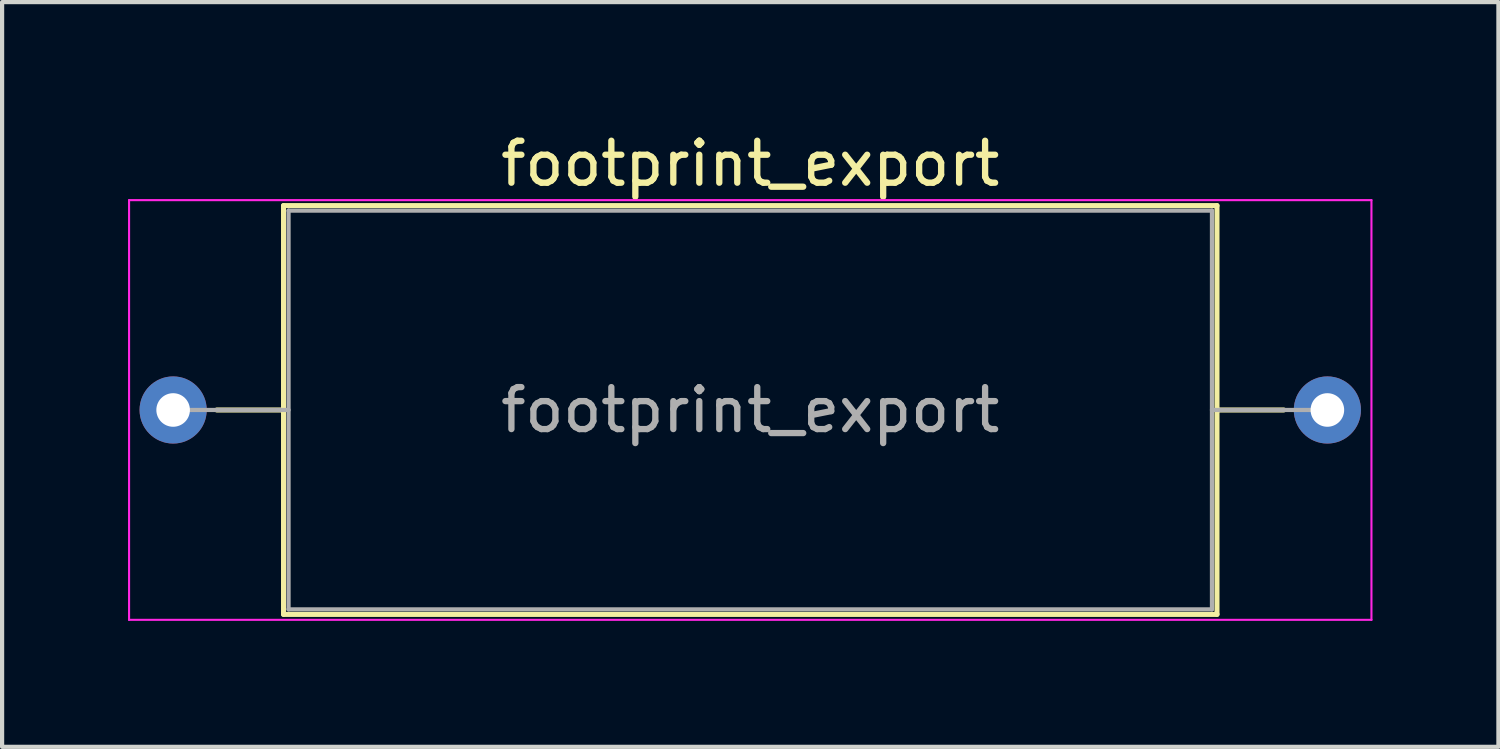
<source format=kicad_pcb>
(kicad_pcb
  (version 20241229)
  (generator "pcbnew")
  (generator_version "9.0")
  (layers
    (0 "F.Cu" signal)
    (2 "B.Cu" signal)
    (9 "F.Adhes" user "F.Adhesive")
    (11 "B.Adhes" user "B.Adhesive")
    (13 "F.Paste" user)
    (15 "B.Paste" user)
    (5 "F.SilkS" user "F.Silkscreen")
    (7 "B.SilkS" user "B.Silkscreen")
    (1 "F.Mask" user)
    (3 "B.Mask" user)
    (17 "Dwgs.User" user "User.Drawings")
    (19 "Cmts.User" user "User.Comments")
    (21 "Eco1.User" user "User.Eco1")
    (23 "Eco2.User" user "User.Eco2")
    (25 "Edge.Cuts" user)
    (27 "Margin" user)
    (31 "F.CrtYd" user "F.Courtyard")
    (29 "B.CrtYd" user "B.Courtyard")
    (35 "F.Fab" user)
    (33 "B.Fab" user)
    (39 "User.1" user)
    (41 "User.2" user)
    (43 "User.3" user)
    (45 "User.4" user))
  (footprint "footprint_export"
    (layer "F.Cu")
    (at 1.075 6.718)
    (property "Reference" "footprint_export" (at 13.75 -5.87 0) (layer "F.SilkS") (effects (font (size 1 1) (thickness 0.15))))
    (attr through_hole)
    (fp_line (start 1.04 0) (end 2.63 0) (stroke (width 0.12) (type solid)) (layer "F.SilkS"))
    (fp_line (start 2.63 -4.87) (end 2.63 4.87) (stroke (width 0.12) (type solid)) (layer "F.SilkS"))
    (fp_line (start 2.63 4.87) (end 24.87 4.87) (stroke (width 0.12) (type solid)) (layer "F.SilkS"))
    (fp_line (start 24.87 -4.87) (end 2.63 -4.87) (stroke (width 0.12) (type solid)) (layer "F.SilkS"))
    (fp_line (start 24.87 4.87) (end 24.87 -4.87) (stroke (width 0.12) (type solid)) (layer "F.SilkS"))
    (fp_line (start 26.46 0) (end 24.87 0) (stroke (width 0.12) (type solid)) (layer "F.SilkS"))
    (fp_line (start -1.05 -5) (end -1.05 5) (stroke (width 0.05) (type solid)) (layer "F.CrtYd"))
    (fp_line (start -1.05 5) (end 28.55 5) (stroke (width 0.05) (type solid)) (layer "F.CrtYd"))
    (fp_line (start 28.55 -5) (end -1.05 -5) (stroke (width 0.05) (type solid)) (layer "F.CrtYd"))
    (fp_line (start 28.55 5) (end 28.55 -5) (stroke (width 0.05) (type solid)) (layer "F.CrtYd"))
    (fp_line (start 0 0) (end 2.75 0) (stroke (width 0.1) (type solid)) (layer "F.Fab"))
    (fp_line (start 2.75 -4.75) (end 2.75 4.75) (stroke (width 0.1) (type solid)) (layer "F.Fab"))
    (fp_line (start 2.75 4.75) (end 24.75 4.75) (stroke (width 0.1) (type solid)) (layer "F.Fab"))
    (fp_line (start 24.75 -4.75) (end 2.75 -4.75) (stroke (width 0.1) (type solid)) (layer "F.Fab"))
    (fp_line (start 24.75 4.75) (end 24.75 -4.75) (stroke (width 0.1) (type solid)) (layer "F.Fab"))
    (fp_line (start 27.5 0) (end 24.75 0) (stroke (width 0.1) (type solid)) (layer "F.Fab"))
    (fp_text user "${REFERENCE}" (at 13.75 0 0) (layer "F.Fab") (effects (font (size 1 1) (thickness 0.15))))
    (pad "1" thru_hole circle (at 0 0) (size 1.6 1.6) (drill 0.8) (layers "*.Cu" "*.Mask"))
    (pad "2" thru_hole oval (at 27.5 0) (size 1.6 1.6) (drill 0.8) (layers "*.Cu" "*.Mask")))
  (gr_rect
    (start -3 -3)
    (end 32.65 14.743)
    (stroke (width 0.1) (type default))
    (fill no)
    (layer "Edge.Cuts")))
</source>
